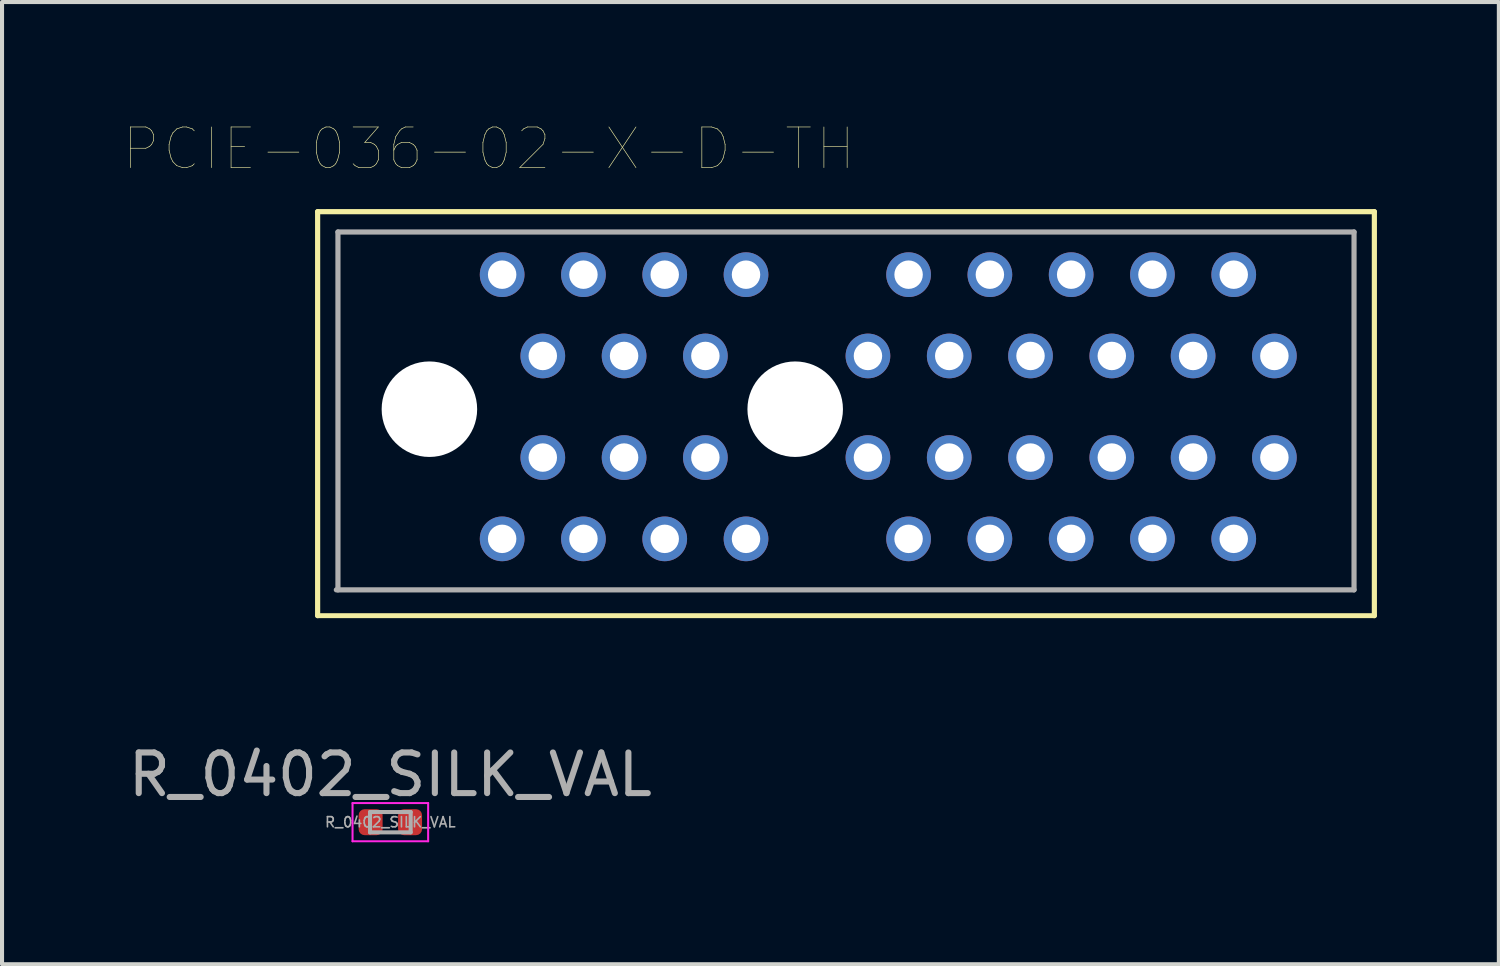
<source format=kicad_pcb>
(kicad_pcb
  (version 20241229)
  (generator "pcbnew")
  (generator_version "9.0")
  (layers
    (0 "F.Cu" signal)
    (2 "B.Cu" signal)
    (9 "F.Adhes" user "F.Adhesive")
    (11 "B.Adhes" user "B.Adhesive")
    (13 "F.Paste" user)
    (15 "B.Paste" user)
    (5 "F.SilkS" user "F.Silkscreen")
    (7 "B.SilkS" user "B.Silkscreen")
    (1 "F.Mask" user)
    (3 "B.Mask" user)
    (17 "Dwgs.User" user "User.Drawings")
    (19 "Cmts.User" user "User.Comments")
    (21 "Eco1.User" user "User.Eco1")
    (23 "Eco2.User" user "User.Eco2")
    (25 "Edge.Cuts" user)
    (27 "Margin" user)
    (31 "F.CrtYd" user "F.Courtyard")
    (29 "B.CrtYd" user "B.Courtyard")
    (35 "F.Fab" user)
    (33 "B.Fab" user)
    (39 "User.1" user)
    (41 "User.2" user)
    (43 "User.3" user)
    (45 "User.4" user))
  (footprint "PCIE-036-02-X-D-TH"
    (layer "F.Cu")
    (at 16.265 7.018)
    (property "Reference" "PCIE-036-02-X-D-TH" (at -7.29 -6.406 0) (layer "F.SilkS") (effects (font (size 1.001 1.001) (thickness 0.015))))
    (attr through_hole)
    (fp_line (start -11.5 -4.86) (end 14.5 -4.86) (stroke (width 0.127) (type solid)) (layer "F.SilkS"))
    (fp_line (start -11.5 5.08) (end -11.5 -4.86) (stroke (width 0.127) (type solid)) (layer "F.SilkS"))
    (fp_line (start -11.5 5.08) (end 14.5 5.08) (stroke (width 0.12) (type solid)) (layer "F.SilkS"))
    (fp_line (start 14.5 -4.86) (end 14.5 5.08) (stroke (width 0.127) (type solid)) (layer "F.SilkS"))
    (fp_line (start -11 -4.36) (end 14 -4.36) (stroke (width 0.127) (type solid)) (layer "F.Fab"))
    (fp_line (start -11 4.445) (end -11 -4.36) (stroke (width 0.127) (type solid)) (layer "F.Fab"))
    (fp_line (start 14 -4.36) (end 14 4.445) (stroke (width 0.127) (type solid)) (layer "F.Fab"))
    (fp_line (start 14 4.445) (end -11.04 4.445) (stroke (width 0.127) (type solid)) (layer "F.Fab"))
    (pad "" np_thru_hole circle (at -8.75 0) (size 2.35 2.35) (drill 2.35) (layers "*.Cu" "*.Mask"))
    (pad "" np_thru_hole circle (at 0.25 0) (size 2.35 2.35) (drill 2.35) (layers "*.Cu" "*.Mask"))
    (pad "A1" thru_hole circle (at 12.04 1.19) (size 1.1 1.1) (drill 0.7) (layers "*.Cu" "*.Mask"))
    (pad "A2" thru_hole circle (at 11.04 3.19) (size 1.1 1.1) (drill 0.7) (layers "*.Cu" "*.Mask"))
    (pad "A3" thru_hole circle (at 10.04 1.19) (size 1.1 1.1) (drill 0.7) (layers "*.Cu" "*.Mask"))
    (pad "A4" thru_hole circle (at 9.04 3.19) (size 1.1 1.1) (drill 0.7) (layers "*.Cu" "*.Mask"))
    (pad "A5" thru_hole circle (at 8.04 1.19) (size 1.1 1.1) (drill 0.7) (layers "*.Cu" "*.Mask"))
    (pad "A6" thru_hole circle (at 7.04 3.19) (size 1.1 1.1) (drill 0.7) (layers "*.Cu" "*.Mask"))
    (pad "A7" thru_hole circle (at 6.04 1.19) (size 1.1 1.1) (drill 0.7) (layers "*.Cu" "*.Mask"))
    (pad "A8" thru_hole circle (at 5.04 3.19) (size 1.1 1.1) (drill 0.7) (layers "*.Cu" "*.Mask"))
    (pad "A9" thru_hole circle (at 4.04 1.19) (size 1.1 1.1) (drill 0.7) (layers "*.Cu" "*.Mask"))
    (pad "A10" thru_hole circle (at 3.04 3.19) (size 1.1 1.1) (drill 0.7) (layers "*.Cu" "*.Mask"))
    (pad "A11" thru_hole circle (at 2.04 1.19) (size 1.1 1.1) (drill 0.7) (layers "*.Cu" "*.Mask"))
    (pad "A12" thru_hole circle (at -0.96 3.19) (size 1.1 1.1) (drill 0.7) (layers "*.Cu" "*.Mask"))
    (pad "A13" thru_hole circle (at -1.96 1.19) (size 1.1 1.1) (drill 0.7) (layers "*.Cu" "*.Mask"))
    (pad "A14" thru_hole circle (at -2.96 3.19) (size 1.1 1.1) (drill 0.7) (layers "*.Cu" "*.Mask"))
    (pad "A15" thru_hole circle (at -3.96 1.19) (size 1.1 1.1) (drill 0.7) (layers "*.Cu" "*.Mask"))
    (pad "A16" thru_hole circle (at -4.96 3.19) (size 1.1 1.1) (drill 0.7) (layers "*.Cu" "*.Mask"))
    (pad "A17" thru_hole circle (at -5.96 1.19) (size 1.1 1.1) (drill 0.7) (layers "*.Cu" "*.Mask"))
    (pad "A18" thru_hole circle (at -6.96 3.19) (size 1.1 1.1) (drill 0.7) (layers "*.Cu" "*.Mask"))
    (pad "B1" thru_hole circle (at 12.04 -1.31) (size 1.1 1.1) (drill 0.7) (layers "*.Cu" "*.Mask"))
    (pad "B2" thru_hole circle (at 11.04 -3.31) (size 1.1 1.1) (drill 0.7) (layers "*.Cu" "*.Mask"))
    (pad "B3" thru_hole circle (at 10.04 -1.31) (size 1.1 1.1) (drill 0.7) (layers "*.Cu" "*.Mask"))
    (pad "B4" thru_hole circle (at 9.04 -3.31) (size 1.1 1.1) (drill 0.7) (layers "*.Cu" "*.Mask"))
    (pad "B5" thru_hole circle (at 8.04 -1.31) (size 1.1 1.1) (drill 0.7) (layers "*.Cu" "*.Mask"))
    (pad "B6" thru_hole circle (at 7.04 -3.31) (size 1.1 1.1) (drill 0.7) (layers "*.Cu" "*.Mask"))
    (pad "B7" thru_hole circle (at 6.04 -1.31) (size 1.1 1.1) (drill 0.7) (layers "*.Cu" "*.Mask"))
    (pad "B8" thru_hole circle (at 5.04 -3.31) (size 1.1 1.1) (drill 0.7) (layers "*.Cu" "*.Mask"))
    (pad "B9" thru_hole circle (at 4.04 -1.31) (size 1.1 1.1) (drill 0.7) (layers "*.Cu" "*.Mask"))
    (pad "B10" thru_hole circle (at 3.04 -3.31) (size 1.1 1.1) (drill 0.7) (layers "*.Cu" "*.Mask"))
    (pad "B11" thru_hole circle (at 2.04 -1.31) (size 1.1 1.1) (drill 0.7) (layers "*.Cu" "*.Mask"))
    (pad "B12" thru_hole circle (at -0.96 -3.31) (size 1.1 1.1) (drill 0.7) (layers "*.Cu" "*.Mask"))
    (pad "B13" thru_hole circle (at -1.96 -1.31) (size 1.1 1.1) (drill 0.7) (layers "*.Cu" "*.Mask"))
    (pad "B14" thru_hole circle (at -2.96 -3.31) (size 1.1 1.1) (drill 0.7) (layers "*.Cu" "*.Mask"))
    (pad "B15" thru_hole circle (at -3.96 -1.31) (size 1.1 1.1) (drill 0.7) (layers "*.Cu" "*.Mask"))
    (pad "B16" thru_hole circle (at -4.96 -3.31) (size 1.1 1.1) (drill 0.7) (layers "*.Cu" "*.Mask"))
    (pad "B17" thru_hole circle (at -5.96 -1.31) (size 1.1 1.1) (drill 0.7) (layers "*.Cu" "*.Mask"))
    (pad "B18" thru_hole circle (at -6.96 -3.31) (size 1.1 1.1) (drill 0.7) (layers "*.Cu" "*.Mask")))
  (footprint "R_0402_SILK_VAL"
    (layer "F.Cu")
    (at 6.554 17.179)
    (property "Reference" "R_0402_SILK_VAL" (at 0 -1.17 0) (layer "F.Fab") (effects (font (size 1 1) (thickness 0.15))))
    (attr smd)
    (fp_line (start -0.93 -0.47) (end 0.93 -0.47) (stroke (width 0.05) (type solid)) (layer "F.CrtYd"))
    (fp_line (start -0.93 0.47) (end -0.93 -0.47) (stroke (width 0.05) (type solid)) (layer "F.CrtYd"))
    (fp_line (start 0.93 -0.47) (end 0.93 0.47) (stroke (width 0.05) (type solid)) (layer "F.CrtYd"))
    (fp_line (start 0.93 0.47) (end -0.93 0.47) (stroke (width 0.05) (type solid)) (layer "F.CrtYd"))
    (fp_line (start -0.5 -0.25) (end 0.5 -0.25) (stroke (width 0.1) (type solid)) (layer "F.Fab"))
    (fp_line (start -0.5 0.25) (end -0.5 -0.25) (stroke (width 0.1) (type solid)) (layer "F.Fab"))
    (fp_line (start 0.5 -0.25) (end 0.5 0.25) (stroke (width 0.1) (type solid)) (layer "F.Fab"))
    (fp_line (start 0.5 0.25) (end -0.5 0.25) (stroke (width 0.1) (type solid)) (layer "F.Fab"))
    (fp_text user "${REFERENCE}" (at 0 0 0) (layer "F.Fab") (effects (font (size 0.25 0.25) (thickness 0.04))))
    (pad "1" smd roundrect (at -0.485 0) (size 0.59 0.64) (layers "F.Cu" "F.Mask" "F.Paste") (roundrect_rratio 0.25))
    (pad "2" smd roundrect (at 0.485 0) (size 0.59 0.64) (layers "F.Cu" "F.Mask" "F.Paste") (roundrect_rratio 0.25)))
  (gr_rect
    (start -3 -3)
    (end 33.828 20.674)
    (stroke (width 0.1) (type default))
    (fill no)
    (layer "Edge.Cuts")))
</source>
